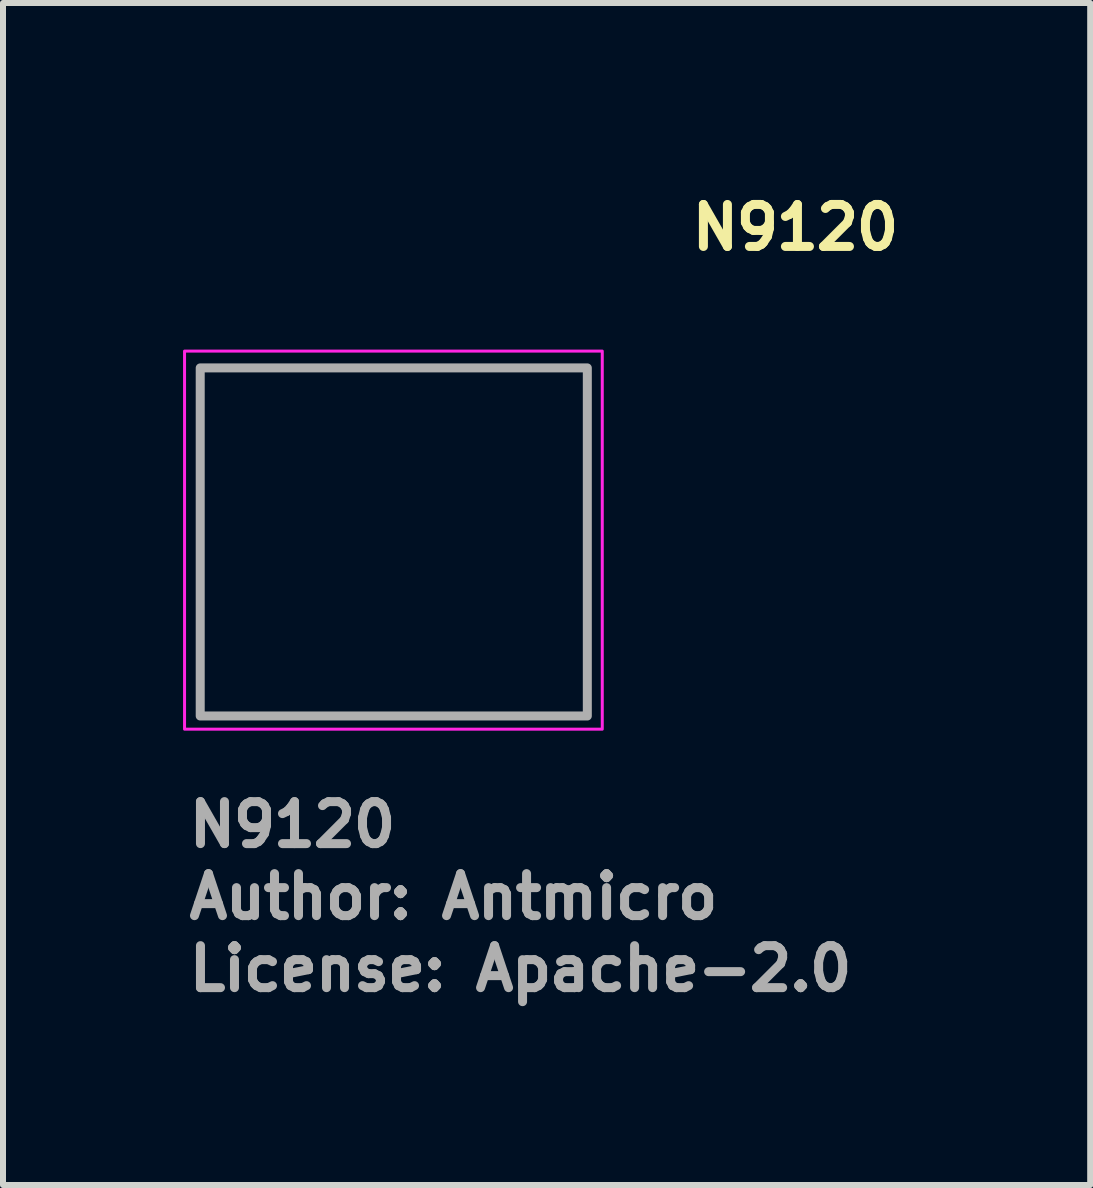
<source format=kicad_pcb>
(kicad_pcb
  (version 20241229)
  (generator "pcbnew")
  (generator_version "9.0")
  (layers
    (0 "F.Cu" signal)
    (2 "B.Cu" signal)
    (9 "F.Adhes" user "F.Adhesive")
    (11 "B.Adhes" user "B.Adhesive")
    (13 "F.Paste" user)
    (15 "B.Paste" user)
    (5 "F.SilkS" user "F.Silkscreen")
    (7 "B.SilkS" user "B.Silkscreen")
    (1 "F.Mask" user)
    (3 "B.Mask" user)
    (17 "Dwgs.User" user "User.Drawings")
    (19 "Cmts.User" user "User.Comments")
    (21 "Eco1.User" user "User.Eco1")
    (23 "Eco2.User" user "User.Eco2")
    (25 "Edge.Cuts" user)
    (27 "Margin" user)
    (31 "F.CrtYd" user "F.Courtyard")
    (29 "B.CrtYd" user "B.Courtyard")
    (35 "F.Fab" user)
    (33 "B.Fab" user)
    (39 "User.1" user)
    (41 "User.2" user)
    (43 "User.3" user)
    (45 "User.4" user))
  (footprint "N9120"
    (layer "F.Cu")
    (at 3.505 5.95)
    (property "Reference" "N9120" (at 4.9 -4.8 0) (unlocked yes) (layer "F.SilkS") (effects (font (size 0.7 0.7) (thickness 0.15)) (justify left bottom)))
    (attr smd)
    (fp_rect (start -3.48 -3.15) (end 3.48 3.15) (stroke (width 0.05) (type solid)) (fill no) (layer "F.CrtYd"))
    (fp_rect (start -3.219 -2.87) (end 3.231 2.93) (stroke (width 0.15) (type solid)) (fill no) (layer "F.Fab"))
    (fp_rect (start -3.225 -2.9) (end 3.225 2.9) (stroke (width 0.1) (type solid)) (fill no) (layer "User.5"))
    (fp_line (start -3.225 -2.9) (end 3.225 -2.9) (stroke (width 0.02) (type solid)) (layer "User.9"))
    (fp_line (start -3.225 2.9) (end -3.225 -2.9) (stroke (width 0.02) (type solid)) (layer "User.9"))
    (fp_line (start 3.225 -2.9) (end 3.225 2.9) (stroke (width 0.02) (type solid)) (layer "User.9"))
    (fp_line (start 3.225 2.9) (end -3.225 2.9) (stroke (width 0.02) (type solid)) (layer "User.9"))
    (fp_text user "License: Apache-2.0" (at -3.48 7.55 0) (layer "F.Fab") (effects (font (size 0.7 0.7) (thickness 0.15)) (justify left bottom)))
    (fp_text user "${REFERENCE}" (at -3.48 5.15 0) (unlocked yes) (layer "F.Fab") (effects (font (size 0.7 0.7) (thickness 0.15)) (justify left bottom)))
    (fp_text user "Author: Antmicro" (at -3.48 6.35 0) (layer "F.Fab") (effects (font (size 0.7 0.7) (thickness 0.15)) (justify left bottom))))
  (gr_rect
    (start -3 -3)
    (end 15.115 16.695)
    (stroke (width 0.1) (type default))
    (fill no)
    (layer "Edge.Cuts")))
</source>
